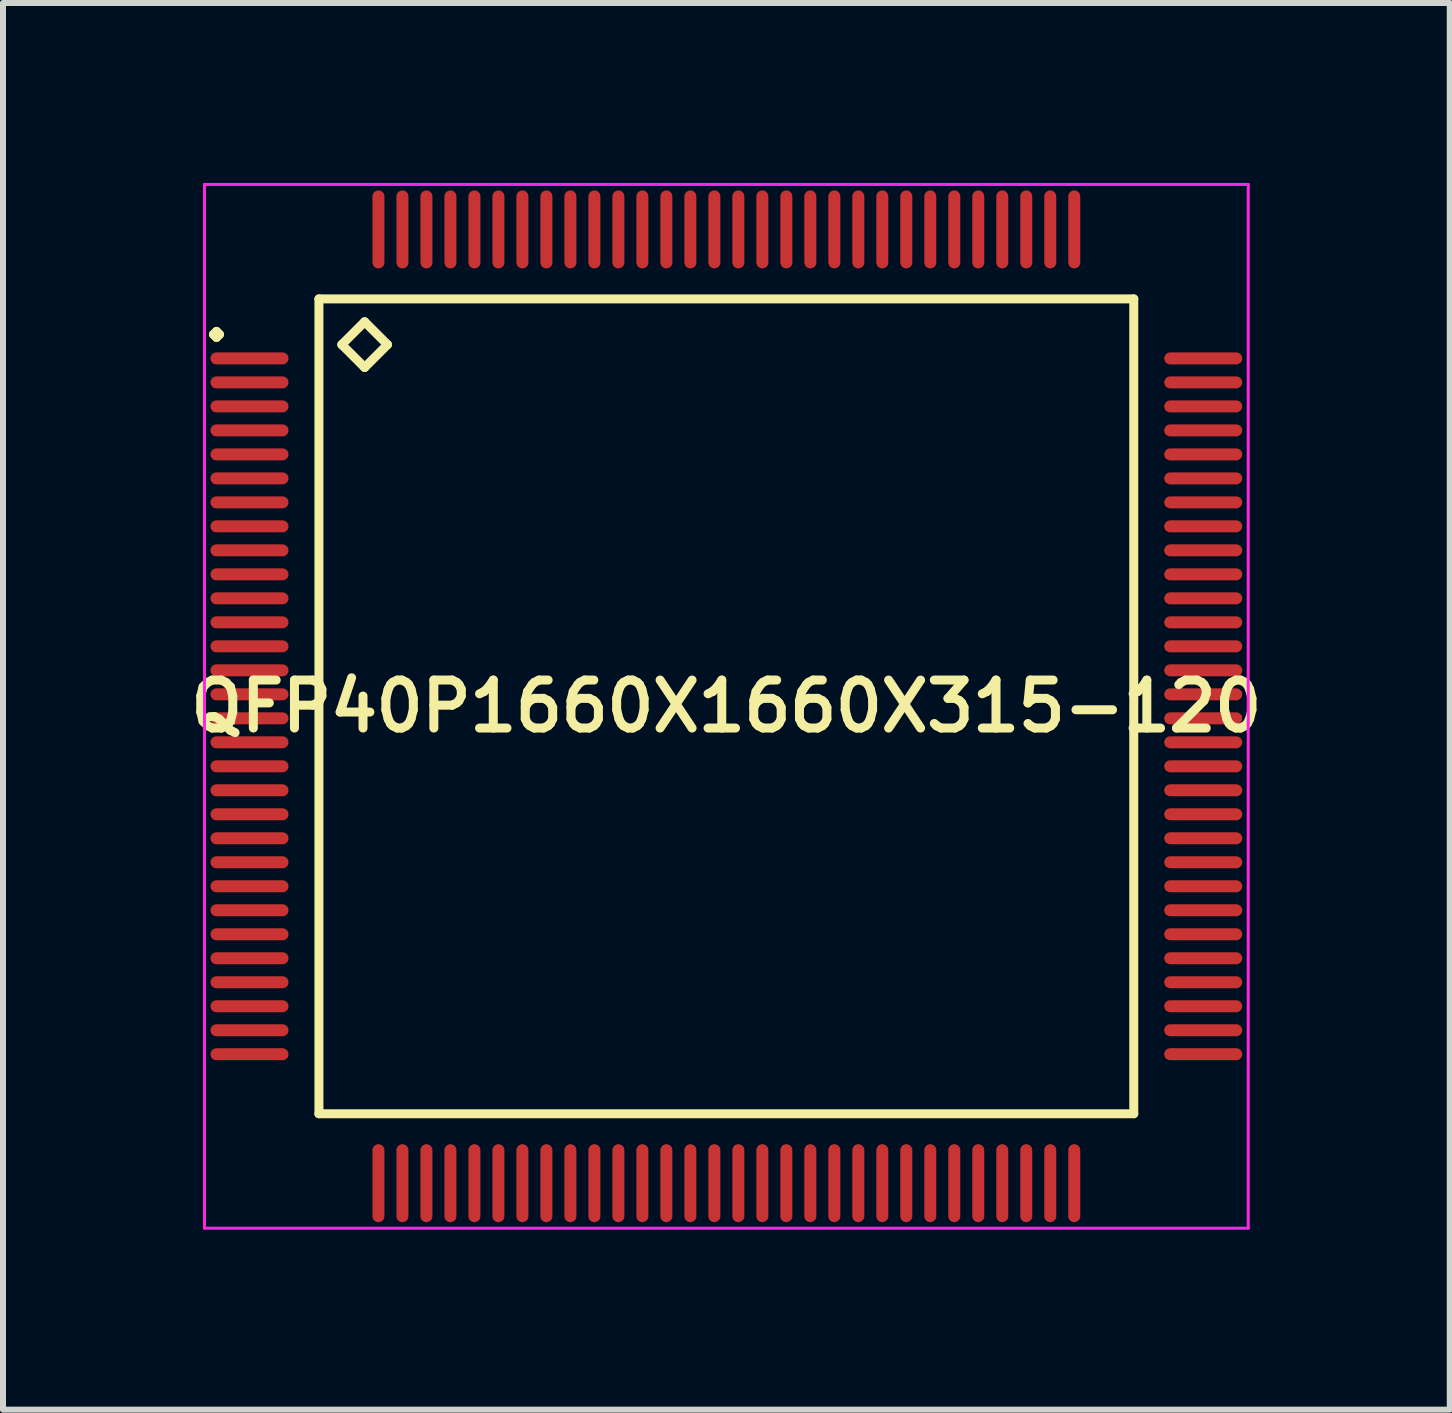
<source format=kicad_pcb>
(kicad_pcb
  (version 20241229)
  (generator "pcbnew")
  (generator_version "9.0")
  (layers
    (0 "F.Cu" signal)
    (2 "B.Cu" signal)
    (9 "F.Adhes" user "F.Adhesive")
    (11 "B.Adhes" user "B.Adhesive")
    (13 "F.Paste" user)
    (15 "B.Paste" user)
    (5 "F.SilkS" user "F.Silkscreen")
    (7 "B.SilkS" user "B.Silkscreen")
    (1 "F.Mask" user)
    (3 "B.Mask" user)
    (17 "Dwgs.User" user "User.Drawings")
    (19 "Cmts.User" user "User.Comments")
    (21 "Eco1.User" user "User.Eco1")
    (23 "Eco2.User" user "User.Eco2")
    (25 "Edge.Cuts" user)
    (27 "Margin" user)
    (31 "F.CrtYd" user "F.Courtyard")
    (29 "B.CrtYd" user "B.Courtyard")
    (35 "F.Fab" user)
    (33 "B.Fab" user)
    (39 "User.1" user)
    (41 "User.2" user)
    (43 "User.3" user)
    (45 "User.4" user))
  (footprint "QFP40P1660X1660X315-120"
    (layer "F.Cu")
    (at 9.059 8.725)
    (property "Reference" "QFP40P1660X1660X315-120" (at 0 0 0) (layer "F.SilkS") (effects (font (size 0.8 0.8) (thickness 0.15))))
    (attr smd)
    (fp_line (start -8.55 -6.2) (end -8.5 -6.25) (stroke (width 0.15) (type solid)) (layer "F.SilkS"))
    (fp_line (start -8.5 -6.25) (end -8.45 -6.2) (stroke (width 0.15) (type solid)) (layer "F.SilkS"))
    (fp_line (start -8.5 -6.15) (end -8.55 -6.2) (stroke (width 0.15) (type solid)) (layer "F.SilkS"))
    (fp_line (start -8.45 -6.2) (end -8.5 -6.15) (stroke (width 0.15) (type solid)) (layer "F.SilkS"))
    (fp_line (start -6.792 -6.792) (end -6.792 6.792) (stroke (width 0.15) (type solid)) (layer "F.SilkS"))
    (fp_line (start -6.792 6.792) (end 6.792 6.792) (stroke (width 0.15) (type solid)) (layer "F.SilkS"))
    (fp_line (start -6.411 -6.03) (end -6.03 -6.411) (stroke (width 0.15) (type solid)) (layer "F.SilkS"))
    (fp_line (start -6.03 -6.411) (end -5.649 -6.03) (stroke (width 0.15) (type solid)) (layer "F.SilkS"))
    (fp_line (start -6.03 -5.649) (end -6.411 -6.03) (stroke (width 0.15) (type solid)) (layer "F.SilkS"))
    (fp_line (start -5.649 -6.03) (end -6.03 -5.649) (stroke (width 0.15) (type solid)) (layer "F.SilkS"))
    (fp_line (start 6.792 -6.792) (end -6.792 -6.792) (stroke (width 0.15) (type solid)) (layer "F.SilkS"))
    (fp_line (start 6.792 6.792) (end 6.792 -6.792) (stroke (width 0.15) (type solid)) (layer "F.SilkS"))
    (fp_line (start -8.7 -8.7) (end 8.7 -8.7) (stroke (width 0.05) (type solid)) (layer "F.CrtYd"))
    (fp_line (start -8.7 8.7) (end -8.7 -8.7) (stroke (width 0.05) (type solid)) (layer "F.CrtYd"))
    (fp_line (start 8.7 -8.7) (end 8.7 8.7) (stroke (width 0.05) (type solid)) (layer "F.CrtYd"))
    (fp_line (start 8.7 8.7) (end -8.7 8.7) (stroke (width 0.05) (type solid)) (layer "F.CrtYd"))
    (pad "1" smd oval (at -7.95 -5.8) (size 1.3 0.2) (layers "F.Cu" "F.Mask" "F.Paste"))
    (pad "2" smd oval (at -7.95 -5.4) (size 1.3 0.2) (layers "F.Cu" "F.Mask" "F.Paste"))
    (pad "3" smd oval (at -7.95 -5) (size 1.3 0.2) (layers "F.Cu" "F.Mask" "F.Paste"))
    (pad "4" smd oval (at -7.95 -4.6) (size 1.3 0.2) (layers "F.Cu" "F.Mask" "F.Paste"))
    (pad "5" smd oval (at -7.95 -4.2) (size 1.3 0.2) (layers "F.Cu" "F.Mask" "F.Paste"))
    (pad "6" smd oval (at -7.95 -3.8) (size 1.3 0.2) (layers "F.Cu" "F.Mask" "F.Paste"))
    (pad "7" smd oval (at -7.95 -3.4) (size 1.3 0.2) (layers "F.Cu" "F.Mask" "F.Paste"))
    (pad "8" smd oval (at -7.95 -3) (size 1.3 0.2) (layers "F.Cu" "F.Mask" "F.Paste"))
    (pad "9" smd oval (at -7.95 -2.6) (size 1.3 0.2) (layers "F.Cu" "F.Mask" "F.Paste"))
    (pad "10" smd oval (at -7.95 -2.2) (size 1.3 0.2) (layers "F.Cu" "F.Mask" "F.Paste"))
    (pad "11" smd oval (at -7.95 -1.8) (size 1.3 0.2) (layers "F.Cu" "F.Mask" "F.Paste"))
    (pad "12" smd oval (at -7.95 -1.4) (size 1.3 0.2) (layers "F.Cu" "F.Mask" "F.Paste"))
    (pad "13" smd oval (at -7.95 -1) (size 1.3 0.2) (layers "F.Cu" "F.Mask" "F.Paste"))
    (pad "14" smd oval (at -7.95 -0.6) (size 1.3 0.2) (layers "F.Cu" "F.Mask" "F.Paste"))
    (pad "15" smd oval (at -7.95 -0.2) (size 1.3 0.2) (layers "F.Cu" "F.Mask" "F.Paste"))
    (pad "16" smd oval (at -7.95 0.2) (size 1.3 0.2) (layers "F.Cu" "F.Mask" "F.Paste"))
    (pad "17" smd oval (at -7.95 0.6) (size 1.3 0.2) (layers "F.Cu" "F.Mask" "F.Paste"))
    (pad "18" smd oval (at -7.95 1) (size 1.3 0.2) (layers "F.Cu" "F.Mask" "F.Paste"))
    (pad "19" smd oval (at -7.95 1.4) (size 1.3 0.2) (layers "F.Cu" "F.Mask" "F.Paste"))
    (pad "20" smd oval (at -7.95 1.8) (size 1.3 0.2) (layers "F.Cu" "F.Mask" "F.Paste"))
    (pad "21" smd oval (at -7.95 2.2) (size 1.3 0.2) (layers "F.Cu" "F.Mask" "F.Paste"))
    (pad "22" smd oval (at -7.95 2.6) (size 1.3 0.2) (layers "F.Cu" "F.Mask" "F.Paste"))
    (pad "23" smd oval (at -7.95 3) (size 1.3 0.2) (layers "F.Cu" "F.Mask" "F.Paste"))
    (pad "24" smd oval (at -7.95 3.4) (size 1.3 0.2) (layers "F.Cu" "F.Mask" "F.Paste"))
    (pad "25" smd oval (at -7.95 3.8) (size 1.3 0.2) (layers "F.Cu" "F.Mask" "F.Paste"))
    (pad "26" smd oval (at -7.95 4.2) (size 1.3 0.2) (layers "F.Cu" "F.Mask" "F.Paste"))
    (pad "27" smd oval (at -7.95 4.6) (size 1.3 0.2) (layers "F.Cu" "F.Mask" "F.Paste"))
    (pad "28" smd oval (at -7.95 5) (size 1.3 0.2) (layers "F.Cu" "F.Mask" "F.Paste"))
    (pad "29" smd oval (at -7.95 5.4) (size 1.3 0.2) (layers "F.Cu" "F.Mask" "F.Paste"))
    (pad "30" smd oval (at -7.95 5.8) (size 1.3 0.2) (layers "F.Cu" "F.Mask" "F.Paste"))
    (pad "31" smd oval (at -5.8 7.95) (size 0.2 1.3) (layers "F.Cu" "F.Mask" "F.Paste"))
    (pad "32" smd oval (at -5.4 7.95) (size 0.2 1.3) (layers "F.Cu" "F.Mask" "F.Paste"))
    (pad "33" smd oval (at -5 7.95) (size 0.2 1.3) (layers "F.Cu" "F.Mask" "F.Paste"))
    (pad "34" smd oval (at -4.6 7.95) (size 0.2 1.3) (layers "F.Cu" "F.Mask" "F.Paste"))
    (pad "35" smd oval (at -4.2 7.95) (size 0.2 1.3) (layers "F.Cu" "F.Mask" "F.Paste"))
    (pad "36" smd oval (at -3.8 7.95) (size 0.2 1.3) (layers "F.Cu" "F.Mask" "F.Paste"))
    (pad "37" smd oval (at -3.4 7.95) (size 0.2 1.3) (layers "F.Cu" "F.Mask" "F.Paste"))
    (pad "38" smd oval (at -3 7.95) (size 0.2 1.3) (layers "F.Cu" "F.Mask" "F.Paste"))
    (pad "39" smd oval (at -2.6 7.95) (size 0.2 1.3) (layers "F.Cu" "F.Mask" "F.Paste"))
    (pad "40" smd oval (at -2.2 7.95) (size 0.2 1.3) (layers "F.Cu" "F.Mask" "F.Paste"))
    (pad "41" smd oval (at -1.8 7.95) (size 0.2 1.3) (layers "F.Cu" "F.Mask" "F.Paste"))
    (pad "42" smd oval (at -1.4 7.95) (size 0.2 1.3) (layers "F.Cu" "F.Mask" "F.Paste"))
    (pad "43" smd oval (at -1 7.95) (size 0.2 1.3) (layers "F.Cu" "F.Mask" "F.Paste"))
    (pad "44" smd oval (at -0.6 7.95) (size 0.2 1.3) (layers "F.Cu" "F.Mask" "F.Paste"))
    (pad "45" smd oval (at -0.2 7.95) (size 0.2 1.3) (layers "F.Cu" "F.Mask" "F.Paste"))
    (pad "46" smd oval (at 0.2 7.95) (size 0.2 1.3) (layers "F.Cu" "F.Mask" "F.Paste"))
    (pad "47" smd oval (at 0.6 7.95) (size 0.2 1.3) (layers "F.Cu" "F.Mask" "F.Paste"))
    (pad "48" smd oval (at 1 7.95) (size 0.2 1.3) (layers "F.Cu" "F.Mask" "F.Paste"))
    (pad "49" smd oval (at 1.4 7.95) (size 0.2 1.3) (layers "F.Cu" "F.Mask" "F.Paste"))
    (pad "50" smd oval (at 1.8 7.95) (size 0.2 1.3) (layers "F.Cu" "F.Mask" "F.Paste"))
    (pad "51" smd oval (at 2.2 7.95) (size 0.2 1.3) (layers "F.Cu" "F.Mask" "F.Paste"))
    (pad "52" smd oval (at 2.6 7.95) (size 0.2 1.3) (layers "F.Cu" "F.Mask" "F.Paste"))
    (pad "53" smd oval (at 3 7.95) (size 0.2 1.3) (layers "F.Cu" "F.Mask" "F.Paste"))
    (pad "54" smd oval (at 3.4 7.95) (size 0.2 1.3) (layers "F.Cu" "F.Mask" "F.Paste"))
    (pad "55" smd oval (at 3.8 7.95) (size 0.2 1.3) (layers "F.Cu" "F.Mask" "F.Paste"))
    (pad "56" smd oval (at 4.2 7.95) (size 0.2 1.3) (layers "F.Cu" "F.Mask" "F.Paste"))
    (pad "57" smd oval (at 4.6 7.95) (size 0.2 1.3) (layers "F.Cu" "F.Mask" "F.Paste"))
    (pad "58" smd oval (at 5 7.95) (size 0.2 1.3) (layers "F.Cu" "F.Mask" "F.Paste"))
    (pad "59" smd oval (at 5.4 7.95) (size 0.2 1.3) (layers "F.Cu" "F.Mask" "F.Paste"))
    (pad "60" smd oval (at 5.8 7.95) (size 0.2 1.3) (layers "F.Cu" "F.Mask" "F.Paste"))
    (pad "61" smd oval (at 7.95 5.8) (size 1.3 0.2) (layers "F.Cu" "F.Mask" "F.Paste"))
    (pad "62" smd oval (at 7.95 5.4) (size 1.3 0.2) (layers "F.Cu" "F.Mask" "F.Paste"))
    (pad "63" smd oval (at 7.95 5) (size 1.3 0.2) (layers "F.Cu" "F.Mask" "F.Paste"))
    (pad "64" smd oval (at 7.95 4.6) (size 1.3 0.2) (layers "F.Cu" "F.Mask" "F.Paste"))
    (pad "65" smd oval (at 7.95 4.2) (size 1.3 0.2) (layers "F.Cu" "F.Mask" "F.Paste"))
    (pad "66" smd oval (at 7.95 3.8) (size 1.3 0.2) (layers "F.Cu" "F.Mask" "F.Paste"))
    (pad "67" smd oval (at 7.95 3.4) (size 1.3 0.2) (layers "F.Cu" "F.Mask" "F.Paste"))
    (pad "68" smd oval (at 7.95 3) (size 1.3 0.2) (layers "F.Cu" "F.Mask" "F.Paste"))
    (pad "69" smd oval (at 7.95 2.6) (size 1.3 0.2) (layers "F.Cu" "F.Mask" "F.Paste"))
    (pad "70" smd oval (at 7.95 2.2) (size 1.3 0.2) (layers "F.Cu" "F.Mask" "F.Paste"))
    (pad "71" smd oval (at 7.95 1.8) (size 1.3 0.2) (layers "F.Cu" "F.Mask" "F.Paste"))
    (pad "72" smd oval (at 7.95 1.4) (size 1.3 0.2) (layers "F.Cu" "F.Mask" "F.Paste"))
    (pad "73" smd oval (at 7.95 1) (size 1.3 0.2) (layers "F.Cu" "F.Mask" "F.Paste"))
    (pad "74" smd oval (at 7.95 0.6) (size 1.3 0.2) (layers "F.Cu" "F.Mask" "F.Paste"))
    (pad "75" smd oval (at 7.95 0.2) (size 1.3 0.2) (layers "F.Cu" "F.Mask" "F.Paste"))
    (pad "76" smd oval (at 7.95 -0.2) (size 1.3 0.2) (layers "F.Cu" "F.Mask" "F.Paste"))
    (pad "77" smd oval (at 7.95 -0.6) (size 1.3 0.2) (layers "F.Cu" "F.Mask" "F.Paste"))
    (pad "78" smd oval (at 7.95 -1) (size 1.3 0.2) (layers "F.Cu" "F.Mask" "F.Paste"))
    (pad "79" smd oval (at 7.95 -1.4) (size 1.3 0.2) (layers "F.Cu" "F.Mask" "F.Paste"))
    (pad "80" smd oval (at 7.95 -1.8) (size 1.3 0.2) (layers "F.Cu" "F.Mask" "F.Paste"))
    (pad "81" smd oval (at 7.95 -2.2) (size 1.3 0.2) (layers "F.Cu" "F.Mask" "F.Paste"))
    (pad "82" smd oval (at 7.95 -2.6) (size 1.3 0.2) (layers "F.Cu" "F.Mask" "F.Paste"))
    (pad "83" smd oval (at 7.95 -3) (size 1.3 0.2) (layers "F.Cu" "F.Mask" "F.Paste"))
    (pad "84" smd oval (at 7.95 -3.4) (size 1.3 0.2) (layers "F.Cu" "F.Mask" "F.Paste"))
    (pad "85" smd oval (at 7.95 -3.8) (size 1.3 0.2) (layers "F.Cu" "F.Mask" "F.Paste"))
    (pad "86" smd oval (at 7.95 -4.2) (size 1.3 0.2) (layers "F.Cu" "F.Mask" "F.Paste"))
    (pad "87" smd oval (at 7.95 -4.6) (size 1.3 0.2) (layers "F.Cu" "F.Mask" "F.Paste"))
    (pad "88" smd oval (at 7.95 -5) (size 1.3 0.2) (layers "F.Cu" "F.Mask" "F.Paste"))
    (pad "89" smd oval (at 7.95 -5.4) (size 1.3 0.2) (layers "F.Cu" "F.Mask" "F.Paste"))
    (pad "90" smd oval (at 7.95 -5.8) (size 1.3 0.2) (layers "F.Cu" "F.Mask" "F.Paste"))
    (pad "91" smd oval (at 5.8 -7.95) (size 0.2 1.3) (layers "F.Cu" "F.Mask" "F.Paste"))
    (pad "92" smd oval (at 5.4 -7.95) (size 0.2 1.3) (layers "F.Cu" "F.Mask" "F.Paste"))
    (pad "93" smd oval (at 5 -7.95) (size 0.2 1.3) (layers "F.Cu" "F.Mask" "F.Paste"))
    (pad "94" smd oval (at 4.6 -7.95) (size 0.2 1.3) (layers "F.Cu" "F.Mask" "F.Paste"))
    (pad "95" smd oval (at 4.2 -7.95) (size 0.2 1.3) (layers "F.Cu" "F.Mask" "F.Paste"))
    (pad "96" smd oval (at 3.8 -7.95) (size 0.2 1.3) (layers "F.Cu" "F.Mask" "F.Paste"))
    (pad "97" smd oval (at 3.4 -7.95) (size 0.2 1.3) (layers "F.Cu" "F.Mask" "F.Paste"))
    (pad "98" smd oval (at 3 -7.95) (size 0.2 1.3) (layers "F.Cu" "F.Mask" "F.Paste"))
    (pad "99" smd oval (at 2.6 -7.95) (size 0.2 1.3) (layers "F.Cu" "F.Mask" "F.Paste"))
    (pad "100" smd oval (at 2.2 -7.95) (size 0.2 1.3) (layers "F.Cu" "F.Mask" "F.Paste"))
    (pad "101" smd oval (at 1.8 -7.95) (size 0.2 1.3) (layers "F.Cu" "F.Mask" "F.Paste"))
    (pad "102" smd oval (at 1.4 -7.95) (size 0.2 1.3) (layers "F.Cu" "F.Mask" "F.Paste"))
    (pad "103" smd oval (at 1 -7.95) (size 0.2 1.3) (layers "F.Cu" "F.Mask" "F.Paste"))
    (pad "104" smd oval (at 0.6 -7.95) (size 0.2 1.3) (layers "F.Cu" "F.Mask" "F.Paste"))
    (pad "105" smd oval (at 0.2 -7.95) (size 0.2 1.3) (layers "F.Cu" "F.Mask" "F.Paste"))
    (pad "106" smd oval (at -0.2 -7.95) (size 0.2 1.3) (layers "F.Cu" "F.Mask" "F.Paste"))
    (pad "107" smd oval (at -0.6 -7.95) (size 0.2 1.3) (layers "F.Cu" "F.Mask" "F.Paste"))
    (pad "108" smd oval (at -1 -7.95) (size 0.2 1.3) (layers "F.Cu" "F.Mask" "F.Paste"))
    (pad "109" smd oval (at -1.4 -7.95) (size 0.2 1.3) (layers "F.Cu" "F.Mask" "F.Paste"))
    (pad "110" smd oval (at -1.8 -7.95) (size 0.2 1.3) (layers "F.Cu" "F.Mask" "F.Paste"))
    (pad "111" smd oval (at -2.2 -7.95) (size 0.2 1.3) (layers "F.Cu" "F.Mask" "F.Paste"))
    (pad "112" smd oval (at -2.6 -7.95) (size 0.2 1.3) (layers "F.Cu" "F.Mask" "F.Paste"))
    (pad "113" smd oval (at -3 -7.95) (size 0.2 1.3) (layers "F.Cu" "F.Mask" "F.Paste"))
    (pad "114" smd oval (at -3.4 -7.95) (size 0.2 1.3) (layers "F.Cu" "F.Mask" "F.Paste"))
    (pad "115" smd oval (at -3.8 -7.95) (size 0.2 1.3) (layers "F.Cu" "F.Mask" "F.Paste"))
    (pad "116" smd oval (at -4.2 -7.95) (size 0.2 1.3) (layers "F.Cu" "F.Mask" "F.Paste"))
    (pad "117" smd oval (at -4.6 -7.95) (size 0.2 1.3) (layers "F.Cu" "F.Mask" "F.Paste"))
    (pad "118" smd oval (at -5 -7.95) (size 0.2 1.3) (layers "F.Cu" "F.Mask" "F.Paste"))
    (pad "119" smd oval (at -5.4 -7.95) (size 0.2 1.3) (layers "F.Cu" "F.Mask" "F.Paste"))
    (pad "120" smd oval (at -5.8 -7.95) (size 0.2 1.3) (layers "F.Cu" "F.Mask" "F.Paste")))
  (gr_rect
    (start -3 -3)
    (end 21.119 20.45)
    (stroke (width 0.1) (type default))
    (fill no)
    (layer "Edge.Cuts")))
</source>
